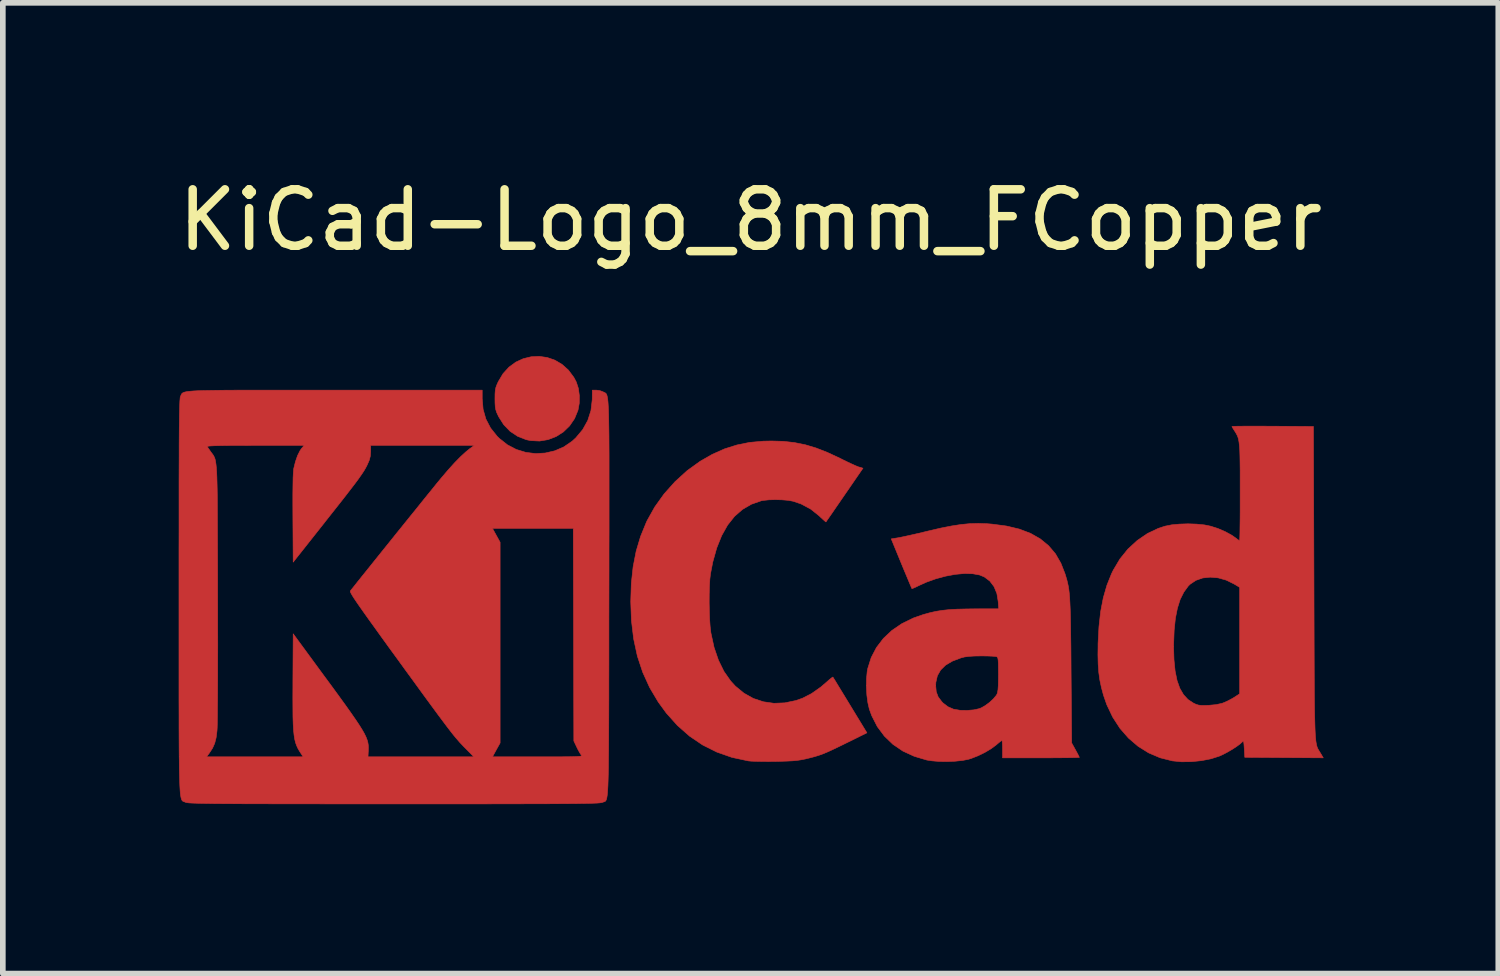
<source format=kicad_pcb>
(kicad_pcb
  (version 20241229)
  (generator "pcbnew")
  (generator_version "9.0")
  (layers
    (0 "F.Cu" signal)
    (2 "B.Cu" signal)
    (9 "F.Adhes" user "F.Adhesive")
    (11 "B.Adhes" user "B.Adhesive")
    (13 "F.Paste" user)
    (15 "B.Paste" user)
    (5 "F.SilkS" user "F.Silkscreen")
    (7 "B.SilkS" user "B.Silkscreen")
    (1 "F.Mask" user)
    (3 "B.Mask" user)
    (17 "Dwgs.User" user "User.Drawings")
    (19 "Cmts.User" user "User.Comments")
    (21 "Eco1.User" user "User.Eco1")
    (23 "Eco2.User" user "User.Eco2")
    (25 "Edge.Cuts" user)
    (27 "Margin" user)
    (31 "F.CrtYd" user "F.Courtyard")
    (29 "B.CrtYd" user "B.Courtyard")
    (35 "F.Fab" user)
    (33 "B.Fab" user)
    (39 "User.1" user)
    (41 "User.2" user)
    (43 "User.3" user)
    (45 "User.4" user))
  (footprint "KiCad-Logo_8mm_FCopper"
    (layer "F.Cu")
    (at 10.244 7.198)
    (property "Reference" "KiCad-Logo_8mm_FCopper" (at 0 -6.35 0) (layer "F.SilkS") (effects (font (size 1 1) (thickness 0.15))))
    (attr exclude_from_pos_files exclude_from_bom)
    (fp_poly (pts (xy -3.602 -3.916) (xy -3.466 -3.869) (xy -3.339 -3.794) (xy -3.226 -3.693) (xy -3.13 -3.564) (xy -3.087 -3.483) (xy -3.05 -3.37) (xy -3.032 -3.239) (xy -3.034 -3.105) (xy -3.056 -2.983) (xy -3.117 -2.834) (xy -3.205 -2.705) (xy -3.315 -2.598) (xy -3.444 -2.516) (xy -3.587 -2.461) (xy -3.739 -2.436) (xy -3.896 -2.444) (xy -3.973 -2.46) (xy -4.124 -2.519) (xy -4.258 -2.608) (xy -4.372 -2.726) (xy -4.463 -2.869) (xy -4.47 -2.885) (xy -4.497 -2.943) (xy -4.513 -2.993) (xy -4.522 -3.045) (xy -4.526 -3.111) (xy -4.527 -3.184) (xy -4.526 -3.271) (xy -4.521 -3.334) (xy -4.511 -3.385) (xy -4.492 -3.436) (xy -4.469 -3.487) (xy -4.384 -3.63) (xy -4.279 -3.745) (xy -4.158 -3.834) (xy -4.026 -3.895) (xy -3.886 -3.929) (xy -3.744 -3.936) (xy -3.602 -3.916)) (stroke (width 0.01) (type solid)) (fill yes) (layer "F.Cu"))
    (fp_poly (pts (xy 0.581 -2.431) (xy 0.777 -2.409) (xy 0.967 -2.371) (xy 1.158 -2.314) (xy 1.358 -2.236) (xy 1.576 -2.135) (xy 1.615 -2.115) (xy 1.705 -2.071) (xy 1.79 -2.031) (xy 1.861 -1.999) (xy 1.91 -1.979) (xy 1.918 -1.977) (xy 1.991 -1.955) (xy 1.665 -1.481) (xy 1.585 -1.365) (xy 1.512 -1.259) (xy 1.449 -1.167) (xy 1.397 -1.092) (xy 1.359 -1.038) (xy 1.339 -1.008) (xy 1.335 -1.003) (xy 1.322 -1.013) (xy 1.288 -1.043) (xy 1.24 -1.087) (xy 1.214 -1.112) (xy 1.065 -1.231) (xy 0.897 -1.321) (xy 0.753 -1.37) (xy 0.666 -1.386) (xy 0.558 -1.395) (xy 0.44 -1.398) (xy 0.326 -1.395) (xy 0.229 -1.385) (xy 0.19 -1.378) (xy 0.015 -1.317) (xy -0.143 -1.225) (xy -0.284 -1.102) (xy -0.407 -0.947) (xy -0.512 -0.76) (xy -0.599 -0.543) (xy -0.669 -0.294) (xy -0.71 -0.082) (xy -0.721 0.012) (xy -0.728 0.134) (xy -0.732 0.273) (xy -0.733 0.423) (xy -0.73 0.575) (xy -0.725 0.718) (xy -0.716 0.846) (xy -0.704 0.949) (xy -0.702 0.964) (xy -0.646 1.22) (xy -0.569 1.445) (xy -0.472 1.643) (xy -0.353 1.813) (xy -0.269 1.905) (xy -0.117 2.03) (xy 0.049 2.123) (xy 0.227 2.182) (xy 0.414 2.209) (xy 0.607 2.201) (xy 0.803 2.16) (xy 0.92 2.119) (xy 1.08 2.037) (xy 1.246 1.92) (xy 1.339 1.84) (xy 1.391 1.794) (xy 1.432 1.761) (xy 1.455 1.745) (xy 1.458 1.744) (xy 1.469 1.761) (xy 1.496 1.804) (xy 1.537 1.872) (xy 1.59 1.959) (xy 1.653 2.062) (xy 1.723 2.177) (xy 1.762 2.241) (xy 2.061 2.732) (xy 1.688 2.916) (xy 1.553 2.982) (xy 1.444 3.034) (xy 1.354 3.075) (xy 1.276 3.107) (xy 1.203 3.133) (xy 1.13 3.155) (xy 1.049 3.176) (xy 0.971 3.195) (xy 0.901 3.209) (xy 0.829 3.22) (xy 0.746 3.228) (xy 0.645 3.233) (xy 0.52 3.237) (xy 0.435 3.239) (xy 0.315 3.24) (xy 0.199 3.239) (xy 0.096 3.237) (xy 0.013 3.234) (xy -0.042 3.229) (xy -0.045 3.228) (xy -0.33 3.167) (xy -0.598 3.073) (xy -0.848 2.948) (xy -1.08 2.791) (xy -1.295 2.602) (xy -1.492 2.382) (xy -1.635 2.186) (xy -1.787 1.93) (xy -1.91 1.659) (xy -2.005 1.372) (xy -2.071 1.066) (xy -2.11 0.74) (xy -2.122 0.408) (xy -2.112 0.087) (xy -2.08 -0.209) (xy -2.026 -0.486) (xy -1.948 -0.747) (xy -1.845 -0.999) (xy -1.833 -1.025) (xy -1.697 -1.268) (xy -1.531 -1.5) (xy -1.338 -1.716) (xy -1.125 -1.91) (xy -0.894 -2.077) (xy -0.679 -2.2) (xy -0.462 -2.297) (xy -0.244 -2.366) (xy -0.018 -2.412) (xy 0.226 -2.434) (xy 0.372 -2.437) (xy 0.581 -2.431)) (stroke (width 0.01) (type solid)) (fill yes) (layer "F.Cu"))
    (fp_poly (pts (xy 9.042 -2.7) (xy 9.196 -2.699) (xy 9.248 -2.699) (xy 9.97 -2.694) (xy 9.979 0.073) (xy 9.98 0.448) (xy 9.981 0.788) (xy 9.982 1.096) (xy 9.983 1.373) (xy 9.984 1.621) (xy 9.985 1.841) (xy 9.986 2.036) (xy 9.988 2.206) (xy 9.99 2.354) (xy 9.993 2.482) (xy 9.996 2.592) (xy 9.999 2.684) (xy 10.003 2.761) (xy 10.008 2.825) (xy 10.013 2.877) (xy 10.02 2.92) (xy 10.027 2.954) (xy 10.035 2.982) (xy 10.044 3.005) (xy 10.055 3.026) (xy 10.066 3.045) (xy 10.079 3.066) (xy 10.093 3.089) (xy 10.096 3.093) (xy 10.144 3.175) (xy 8.754 3.166) (xy 8.745 3.013) (xy 8.74 2.94) (xy 8.735 2.898) (xy 8.728 2.881) (xy 8.717 2.884) (xy 8.709 2.894) (xy 8.67 2.929) (xy 8.608 2.975) (xy 8.531 3.025) (xy 8.447 3.074) (xy 8.365 3.117) (xy 8.302 3.145) (xy 8.155 3.192) (xy 7.986 3.225) (xy 7.808 3.243) (xy 7.633 3.245) (xy 7.474 3.229) (xy 7.472 3.229) (xy 7.254 3.174) (xy 7.05 3.087) (xy 6.863 2.97) (xy 6.693 2.824) (xy 6.542 2.651) (xy 6.414 2.453) (xy 6.309 2.232) (xy 6.252 2.068) (xy 6.215 1.931) (xy 6.187 1.799) (xy 6.168 1.663) (xy 6.157 1.514) (xy 6.153 1.347) (xy 6.155 1.209) (xy 7.493 1.209) (xy 7.5 1.439) (xy 7.52 1.637) (xy 7.554 1.805) (xy 7.603 1.943) (xy 7.668 2.055) (xy 7.748 2.142) (xy 7.842 2.204) (xy 7.89 2.227) (xy 7.932 2.24) (xy 7.979 2.247) (xy 8.042 2.247) (xy 8.11 2.245) (xy 8.243 2.233) (xy 8.349 2.21) (xy 8.382 2.198) (xy 8.458 2.164) (xy 8.538 2.121) (xy 8.572 2.1) (xy 8.663 2.041) (xy 8.663 0.155) (xy 8.563 0.095) (xy 8.424 0.027) (xy 8.282 -0.013) (xy 8.142 -0.025) (xy 8.009 -0.011) (xy 7.889 0.031) (xy 7.787 0.099) (xy 7.754 0.131) (xy 7.675 0.239) (xy 7.61 0.368) (xy 7.561 0.523) (xy 7.525 0.704) (xy 7.503 0.915) (xy 7.494 1.157) (xy 7.493 1.209) (xy 6.155 1.209) (xy 6.155 1.152) (xy 6.171 0.854) (xy 6.201 0.584) (xy 6.248 0.34) (xy 6.312 0.118) (xy 6.394 -0.087) (xy 6.424 -0.148) (xy 6.542 -0.347) (xy 6.684 -0.523) (xy 6.848 -0.674) (xy 7.029 -0.798) (xy 7.225 -0.891) (xy 7.343 -0.929) (xy 7.458 -0.952) (xy 7.597 -0.965) (xy 7.748 -0.97) (xy 7.898 -0.965) (xy 8.038 -0.951) (xy 8.15 -0.928) (xy 8.283 -0.885) (xy 8.412 -0.829) (xy 8.525 -0.767) (xy 8.585 -0.725) (xy 8.627 -0.693) (xy 8.656 -0.674) (xy 8.662 -0.671) (xy 8.664 -0.689) (xy 8.666 -0.739) (xy 8.668 -0.819) (xy 8.669 -0.924) (xy 8.671 -1.051) (xy 8.672 -1.197) (xy 8.672 -1.357) (xy 8.672 -1.521) (xy 8.672 -1.731) (xy 8.672 -1.908) (xy 8.67 -2.055) (xy 8.668 -2.176) (xy 8.665 -2.274) (xy 8.659 -2.353) (xy 8.652 -2.416) (xy 8.643 -2.467) (xy 8.631 -2.508) (xy 8.616 -2.543) (xy 8.598 -2.576) (xy 8.577 -2.61) (xy 8.574 -2.614) (xy 8.546 -2.658) (xy 8.529 -2.688) (xy 8.527 -2.694) (xy 8.545 -2.696) (xy 8.595 -2.698) (xy 8.673 -2.699) (xy 8.776 -2.7) (xy 8.9 -2.7) (xy 9.042 -2.7)) (stroke (width 0.01) (type solid)) (fill yes) (layer "F.Cu"))
    (fp_poly (pts (xy 4.186 -0.972) (xy 4.276 -0.965) (xy 4.533 -0.931) (xy 4.76 -0.877) (xy 4.96 -0.801) (xy 5.132 -0.703) (xy 5.278 -0.583) (xy 5.4 -0.44) (xy 5.497 -0.272) (xy 5.568 -0.091) (xy 5.586 -0.033) (xy 5.602 0.021) (xy 5.615 0.075) (xy 5.627 0.13) (xy 5.637 0.191) (xy 5.645 0.26) (xy 5.652 0.339) (xy 5.657 0.433) (xy 5.662 0.543) (xy 5.666 0.672) (xy 5.669 0.825) (xy 5.671 1.003) (xy 5.674 1.209) (xy 5.676 1.447) (xy 5.677 1.633) (xy 5.688 2.912) (xy 5.756 3.035) (xy 5.788 3.094) (xy 5.812 3.14) (xy 5.823 3.165) (xy 5.824 3.167) (xy 5.806 3.168) (xy 5.757 3.17) (xy 5.678 3.172) (xy 5.576 3.173) (xy 5.453 3.174) (xy 5.314 3.175) (xy 5.162 3.175) (xy 5.144 3.175) (xy 4.463 3.175) (xy 4.463 3.021) (xy 4.462 2.951) (xy 4.459 2.898) (xy 4.454 2.869) (xy 4.452 2.867) (xy 4.434 2.878) (xy 4.397 2.907) (xy 4.349 2.948) (xy 4.348 2.949) (xy 4.26 3.014) (xy 4.149 3.08) (xy 4.028 3.139) (xy 3.908 3.186) (xy 3.855 3.202) (xy 3.751 3.222) (xy 3.622 3.235) (xy 3.481 3.241) (xy 3.34 3.239) (xy 3.211 3.228) (xy 3.121 3.214) (xy 2.899 3.148) (xy 2.699 3.056) (xy 2.522 2.936) (xy 2.371 2.791) (xy 2.245 2.622) (xy 2.147 2.43) (xy 2.104 2.313) (xy 2.078 2.2) (xy 2.06 2.064) (xy 2.052 1.917) (xy 2.052 1.896) (xy 3.279 1.896) (xy 3.289 2.005) (xy 3.323 2.095) (xy 3.386 2.179) (xy 3.41 2.204) (xy 3.496 2.27) (xy 3.594 2.313) (xy 3.713 2.333) (xy 3.837 2.335) (xy 3.956 2.325) (xy 4.046 2.305) (xy 4.086 2.29) (xy 4.156 2.25) (xy 4.232 2.194) (xy 4.3 2.131) (xy 4.351 2.07) (xy 4.365 2.047) (xy 4.375 2.016) (xy 4.383 1.967) (xy 4.388 1.894) (xy 4.39 1.793) (xy 4.391 1.697) (xy 4.39 1.585) (xy 4.389 1.504) (xy 4.386 1.449) (xy 4.381 1.414) (xy 4.373 1.394) (xy 4.362 1.384) (xy 4.359 1.383) (xy 4.33 1.378) (xy 4.272 1.374) (xy 4.193 1.371) (xy 4.102 1.37) (xy 4.082 1.37) (xy 3.96 1.372) (xy 3.866 1.378) (xy 3.791 1.388) (xy 3.729 1.404) (xy 3.575 1.462) (xy 3.455 1.533) (xy 3.367 1.619) (xy 3.309 1.721) (xy 3.282 1.839) (xy 3.279 1.896) (xy 2.052 1.896) (xy 2.054 1.774) (xy 2.066 1.645) (xy 2.076 1.592) (xy 2.137 1.399) (xy 2.23 1.221) (xy 2.353 1.06) (xy 2.504 0.918) (xy 2.682 0.797) (xy 2.885 0.698) (xy 3.057 0.638) (xy 3.172 0.606) (xy 3.282 0.581) (xy 3.395 0.563) (xy 3.516 0.55) (xy 3.654 0.542) (xy 3.816 0.538) (xy 3.962 0.536) (xy 4.395 0.535) (xy 4.386 0.405) (xy 4.363 0.264) (xy 4.313 0.143) (xy 4.238 0.044) (xy 4.141 -0.029) (xy 4.056 -0.064) (xy 3.934 -0.086) (xy 3.789 -0.09) (xy 3.627 -0.075) (xy 3.455 -0.043) (xy 3.281 0.004) (xy 3.111 0.065) (xy 2.987 0.121) (xy 2.928 0.15) (xy 2.882 0.17) (xy 2.859 0.178) (xy 2.858 0.178) (xy 2.85 0.16) (xy 2.83 0.114) (xy 2.8 0.042) (xy 2.762 -0.049) (xy 2.717 -0.156) (xy 2.672 -0.265) (xy 2.492 -0.703) (xy 2.62 -0.724) (xy 2.676 -0.735) (xy 2.76 -0.753) (xy 2.864 -0.776) (xy 2.982 -0.803) (xy 3.107 -0.833) (xy 3.157 -0.845) (xy 3.372 -0.895) (xy 3.56 -0.932) (xy 3.728 -0.958) (xy 3.884 -0.973) (xy 4.034 -0.977) (xy 4.186 -0.972)) (stroke (width 0.01) (type solid)) (fill yes) (layer "F.Cu"))
    (fp_poly (pts (xy -7.87 -3.338) (xy -7.521 -3.338) (xy -7.358 -3.338) (xy -4.753 -3.338) (xy -4.753 -3.185) (xy -4.737 -2.998) (xy -4.688 -2.826) (xy -4.605 -2.667) (xy -4.488 -2.52) (xy -4.448 -2.481) (xy -4.306 -2.369) (xy -4.149 -2.287) (xy -3.982 -2.236) (xy -3.81 -2.214) (xy -3.637 -2.224) (xy -3.468 -2.263) (xy -3.308 -2.332) (xy -3.162 -2.432) (xy -3.096 -2.492) (xy -2.973 -2.639) (xy -2.883 -2.801) (xy -2.827 -2.976) (xy -2.805 -3.161) (xy -2.804 -3.18) (xy -2.803 -3.338) (xy -2.733 -3.338) (xy -2.671 -3.33) (xy -2.615 -3.309) (xy -2.611 -3.307) (xy -2.598 -3.301) (xy -2.587 -3.296) (xy -2.576 -3.29) (xy -2.566 -3.284) (xy -2.557 -3.274) (xy -2.549 -3.26) (xy -2.542 -3.239) (xy -2.536 -3.211) (xy -2.53 -3.174) (xy -2.525 -3.127) (xy -2.521 -3.067) (xy -2.517 -2.994) (xy -2.514 -2.906) (xy -2.512 -2.801) (xy -2.51 -2.678) (xy -2.508 -2.535) (xy -2.507 -2.372) (xy -2.506 -2.186) (xy -2.506 -1.976) (xy -2.506 -1.74) (xy -2.506 -1.477) (xy -2.506 -1.185) (xy -2.506 -0.864) (xy -2.507 -0.511) (xy -2.507 -0.124) (xy -2.508 0.297) (xy -2.508 0.348) (xy -2.509 0.771) (xy -2.509 1.16) (xy -2.509 1.516) (xy -2.51 1.839) (xy -2.51 2.133) (xy -2.511 2.398) (xy -2.512 2.635) (xy -2.513 2.847) (xy -2.514 3.034) (xy -2.516 3.199) (xy -2.517 3.342) (xy -2.52 3.466) (xy -2.523 3.571) (xy -2.526 3.66) (xy -2.53 3.733) (xy -2.534 3.793) (xy -2.539 3.84) (xy -2.545 3.877) (xy -2.551 3.904) (xy -2.558 3.924) (xy -2.566 3.937) (xy -2.575 3.946) (xy -2.585 3.951) (xy -2.596 3.955) (xy -2.608 3.958) (xy -2.621 3.963) (xy -2.624 3.964) (xy -2.634 3.967) (xy -2.651 3.97) (xy -2.676 3.973) (xy -2.71 3.976) (xy -2.756 3.978) (xy -2.814 3.98) (xy -2.886 3.982) (xy -2.973 3.983) (xy -3.078 3.985) (xy -3.201 3.986) (xy -3.343 3.987) (xy -3.507 3.988) (xy -3.694 3.989) (xy -3.905 3.989) (xy -4.141 3.99) (xy -4.405 3.99) (xy -4.697 3.991) (xy -5.019 3.991) (xy -5.373 3.991) (xy -5.759 3.991) (xy -6.18 3.991) (xy -6.316 3.991) (xy -6.747 3.991) (xy -7.142 3.991) (xy -7.504 3.991) (xy -7.835 3.99) (xy -8.134 3.99) (xy -8.405 3.99) (xy -8.649 3.989) (xy -8.866 3.989) (xy -9.059 3.988) (xy -9.229 3.987) (xy -9.378 3.986) (xy -9.506 3.985) (xy -9.616 3.983) (xy -9.709 3.982) (xy -9.786 3.98) (xy -9.848 3.978) (xy -9.899 3.976) (xy -9.937 3.974) (xy -9.967 3.971) (xy -9.987 3.968) (xy -10.001 3.965) (xy -10.009 3.962) (xy -10.023 3.956) (xy -10.035 3.952) (xy -10.046 3.948) (xy -10.057 3.942) (xy -10.066 3.934) (xy -10.075 3.92) (xy -10.082 3.901) (xy -10.089 3.874) (xy -10.095 3.839) (xy -10.101 3.793) (xy -10.105 3.734) (xy -10.109 3.663) (xy -10.112 3.576) (xy -10.115 3.473) (xy -10.118 3.352) (xy -10.119 3.211) (xy -10.12 3.157) (xy -9.636 3.157) (xy -7.924 3.157) (xy -7.957 3.107) (xy -7.99 3.056) (xy -8.018 3.007) (xy -8.041 2.957) (xy -8.06 2.903) (xy -8.075 2.841) (xy -8.086 2.768) (xy -8.095 2.68) (xy -8.101 2.574) (xy -8.105 2.447) (xy -8.106 2.294) (xy -8.107 2.114) (xy -8.106 1.902) (xy -8.106 1.823) (xy -8.101 0.978) (xy -7.566 1.707) (xy -7.414 1.913) (xy -7.283 2.093) (xy -7.17 2.249) (xy -7.075 2.383) (xy -6.996 2.497) (xy -6.931 2.594) (xy -6.88 2.676) (xy -6.84 2.746) (xy -6.811 2.806) (xy -6.791 2.858) (xy -6.778 2.905) (xy -6.771 2.949) (xy -6.769 2.992) (xy -6.77 3.038) (xy -6.77 3.043) (xy -6.776 3.157) (xy -4.901 3.157) (xy -5.04 3.016) (xy -5.078 2.978) (xy -5.114 2.94) (xy -5.15 2.902) (xy -5.186 2.86) (xy -5.226 2.814) (xy -5.27 2.76) (xy -5.32 2.696) (xy -5.377 2.622) (xy -5.443 2.534) (xy -5.521 2.43) (xy -5.61 2.309) (xy -5.713 2.169) (xy -5.832 2.006) (xy -5.967 1.82) (xy -6.121 1.609) (xy -6.247 1.435) (xy -6.406 1.217) (xy -6.544 1.026) (xy -6.663 0.86) (xy -6.765 0.719) (xy -6.85 0.599) (xy -6.92 0.5) (xy -6.976 0.419) (xy -7.019 0.355) (xy -7.051 0.305) (xy -7.072 0.269) (xy -7.085 0.243) (xy -7.09 0.227) (xy -7.088 0.218) (xy -7.071 0.196) (xy -7.032 0.148) (xy -6.976 0.077) (xy -6.904 -0.013) (xy -6.818 -0.12) (xy -6.721 -0.241) (xy -6.615 -0.373) (xy -6.502 -0.514) (xy -6.385 -0.659) (xy -6.266 -0.808) (xy -6.2 -0.889) (xy -4.571 -0.889) (xy -4.504 -0.767) (xy -4.436 -0.644) (xy -4.436 2.912) (xy -4.504 3.034) (xy -4.571 3.157) (xy -3.771 3.157) (xy -3.579 3.157) (xy -3.422 3.157) (xy -3.294 3.156) (xy -3.193 3.155) (xy -3.117 3.153) (xy -3.062 3.151) (xy -3.025 3.148) (xy -3.004 3.144) (xy -2.994 3.139) (xy -2.993 3.132) (xy -2.999 3.125) (xy -2.999 3.125) (xy -3.022 3.092) (xy -3.052 3.038) (xy -3.079 2.984) (xy -3.13 2.876) (xy -3.135 0.993) (xy -3.14 -0.889) (xy -4.571 -0.889) (xy -6.2 -0.889) (xy -6.147 -0.955) (xy -6.03 -1.1) (xy -5.918 -1.238) (xy -5.814 -1.368) (xy -5.719 -1.486) (xy -5.635 -1.589) (xy -5.566 -1.675) (xy -5.512 -1.74) (xy -5.481 -1.778) (xy -5.36 -1.92) (xy -5.244 -2.049) (xy -5.136 -2.159) (xy -5.04 -2.247) (xy -4.973 -2.301) (xy -4.893 -2.359) (xy -6.729 -2.359) (xy -6.729 -2.251) (xy -6.734 -2.172) (xy -6.753 -2.098) (xy -6.783 -2.029) (xy -6.802 -1.989) (xy -6.823 -1.95) (xy -6.847 -1.909) (xy -6.877 -1.863) (xy -6.914 -1.81) (xy -6.959 -1.746) (xy -7.016 -1.67) (xy -7.086 -1.579) (xy -7.17 -1.47) (xy -7.271 -1.341) (xy -7.391 -1.189) (xy -7.532 -1.011) (xy -7.547 -0.991) (xy -8.101 -0.291) (xy -8.106 -1.066) (xy -8.107 -1.299) (xy -8.107 -1.495) (xy -8.105 -1.657) (xy -8.103 -1.784) (xy -8.098 -1.878) (xy -8.093 -1.938) (xy -8.091 -1.95) (xy -8.061 -2.071) (xy -8.023 -2.18) (xy -7.979 -2.267) (xy -7.953 -2.304) (xy -7.907 -2.359) (xy -8.772 -2.359) (xy -8.978 -2.358) (xy -9.15 -2.358) (xy -9.291 -2.357) (xy -9.404 -2.355) (xy -9.49 -2.353) (xy -9.553 -2.35) (xy -9.594 -2.347) (xy -9.616 -2.342) (xy -9.623 -2.337) (xy -9.622 -2.336) (xy -9.604 -2.308) (xy -9.573 -2.264) (xy -9.558 -2.242) (xy -9.541 -2.22) (xy -9.526 -2.2) (xy -9.513 -2.181) (xy -9.502 -2.16) (xy -9.491 -2.135) (xy -9.482 -2.106) (xy -9.475 -2.068) (xy -9.468 -2.022) (xy -9.462 -1.964) (xy -9.457 -1.893) (xy -9.453 -1.806) (xy -9.45 -1.703) (xy -9.447 -1.58) (xy -9.445 -1.436) (xy -9.444 -1.27) (xy -9.443 -1.078) (xy -9.442 -0.86) (xy -9.441 -0.613) (xy -9.44 -0.335) (xy -9.439 -0.024) (xy -9.439 0.261) (xy -9.438 0.579) (xy -9.438 0.883) (xy -9.437 1.17) (xy -9.438 1.439) (xy -9.438 1.687) (xy -9.439 1.913) (xy -9.44 2.114) (xy -9.442 2.289) (xy -9.443 2.436) (xy -9.445 2.553) (xy -9.447 2.638) (xy -9.45 2.689) (xy -9.45 2.694) (xy -9.466 2.818) (xy -9.491 2.917) (xy -9.529 3.003) (xy -9.585 3.089) (xy -9.591 3.098) (xy -9.636 3.157) (xy -10.12 3.157) (xy -10.121 3.049) (xy -10.122 2.865) (xy -10.123 2.657) (xy -10.123 2.423) (xy -10.124 2.162) (xy -10.124 1.873) (xy -10.124 1.554) (xy -10.124 1.203) (xy -10.124 0.82) (xy -10.124 0.401) (xy -10.124 0.318) (xy -10.124 -0.104) (xy -10.124 -0.492) (xy -10.123 -0.847) (xy -10.123 -1.169) (xy -10.123 -1.462) (xy -10.123 -1.725) (xy -10.122 -1.961) (xy -10.121 -2.172) (xy -10.121 -2.357) (xy -10.12 -2.521) (xy -10.119 -2.662) (xy -10.117 -2.784) (xy -10.116 -2.887) (xy -10.114 -2.974) (xy -10.112 -3.045) (xy -10.11 -3.102) (xy -10.108 -3.146) (xy -10.105 -3.18) (xy -10.103 -3.204) (xy -10.1 -3.22) (xy -10.096 -3.23) (xy -10.096 -3.23) (xy -10.089 -3.245) (xy -10.084 -3.258) (xy -10.077 -3.27) (xy -10.069 -3.281) (xy -10.056 -3.29) (xy -10.037 -3.299) (xy -10.011 -3.306) (xy -9.976 -3.313) (xy -9.929 -3.318) (xy -9.87 -3.323) (xy -9.796 -3.327) (xy -9.705 -3.33) (xy -9.597 -3.332) (xy -9.469 -3.334) (xy -9.319 -3.336) (xy -9.146 -3.337) (xy -8.948 -3.338) (xy -8.723 -3.338) (xy -8.47 -3.338) (xy -8.186 -3.338) (xy -7.87 -3.338)) (stroke (width 0.01) (type solid)) (fill yes) (layer "F.Cu")))
  (gr_rect
    (start -3 -3)
    (end 23.488 14.194)
    (stroke (width 0.1) (type default))
    (fill no)
    (layer "Edge.Cuts")))
</source>
